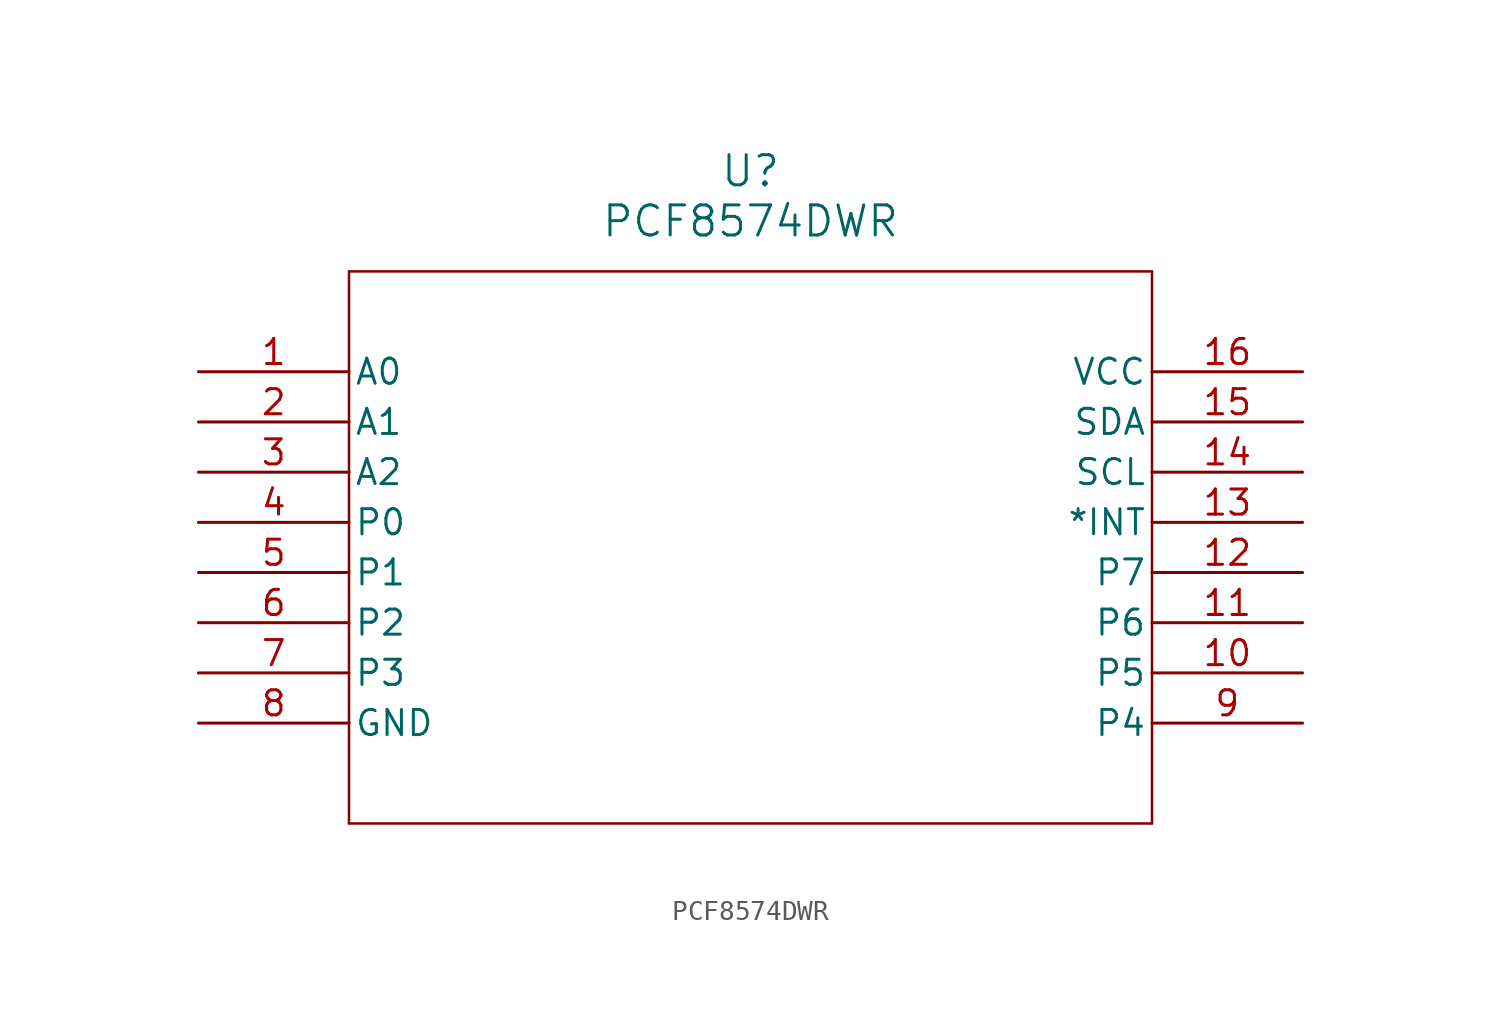
<source format=kicad_sym>
(kicad_symbol_lib
  (version 20211014)
  (generator kicad_symbol_editor)
  (symbol "PCF8574DWR"
    (pin_names
      (offset 0.254))
    (property "Reference" "U"
      (at 27.94 10.16 0)
      (effects (font (size 1.524 1.524))))
    (property "Value" "PCF8574DWR"
      (at 27.94 7.62 0)
      (effects (font (size 1.524 1.524))))
    (symbol "PCF8574DWR_0_1"
      (polyline (pts (xy 7.62 5.08) (xy 7.62 -22.86)) (stroke (width 0.127) (type default) (color 0 0 0 0)) (fill (type none)))
      (polyline (pts (xy 7.62 -22.86) (xy 48.26 -22.86)) (stroke (width 0.127) (type default) (color 0 0 0 0)) (fill (type none)))
      (polyline (pts (xy 48.26 -22.86) (xy 48.26 5.08)) (stroke (width 0.127) (type default) (color 0 0 0 0)) (fill (type none)))
      (polyline (pts (xy 48.26 5.08) (xy 7.62 5.08)) (stroke (width 0.127) (type default) (color 0 0 0 0)) (fill (type none)))
      (pin input line (at 0 0 0) (length 7.62) (name "A0" (effects (font (size 1.27 1.27)))) (number "1" (effects (font (size 1.27 1.27)))))
      (pin input line (at 0 -2.54 0) (length 7.62) (name "A1" (effects (font (size 1.27 1.27)))) (number "2" (effects (font (size 1.27 1.27)))))
      (pin input line (at 0 -5.08 0) (length 7.62) (name "A2" (effects (font (size 1.27 1.27)))) (number "3" (effects (font (size 1.27 1.27)))))
      (pin bidirectional line (at 0 -7.62 0) (length 7.62) (name "P0" (effects (font (size 1.27 1.27)))) (number "4" (effects (font (size 1.27 1.27)))))
      (pin bidirectional line (at 0 -10.16 0) (length 7.62) (name "P1" (effects (font (size 1.27 1.27)))) (number "5" (effects (font (size 1.27 1.27)))))
      (pin bidirectional line (at 0 -12.7 0) (length 7.62) (name "P2" (effects (font (size 1.27 1.27)))) (number "6" (effects (font (size 1.27 1.27)))))
      (pin bidirectional line (at 0 -15.24 0) (length 7.62) (name "P3" (effects (font (size 1.27 1.27)))) (number "7" (effects (font (size 1.27 1.27)))))
      (pin power_in line (at 0 -17.78 0) (length 7.62) (name "GND" (effects (font (size 1.27 1.27)))) (number "8" (effects (font (size 1.27 1.27)))))
      (pin bidirectional line (at 55.88 -17.78 180) (length 7.62) (name "P4" (effects (font (size 1.27 1.27)))) (number "9" (effects (font (size 1.27 1.27)))))
      (pin bidirectional line (at 55.88 -15.24 180) (length 7.62) (name "P5" (effects (font (size 1.27 1.27)))) (number "10" (effects (font (size 1.27 1.27)))))
      (pin bidirectional line (at 55.88 -12.7 180) (length 7.62) (name "P6" (effects (font (size 1.27 1.27)))) (number "11" (effects (font (size 1.27 1.27)))))
      (pin bidirectional line (at 55.88 -10.16 180) (length 7.62) (name "P7" (effects (font (size 1.27 1.27)))) (number "12" (effects (font (size 1.27 1.27)))))
      (pin output line (at 55.88 -7.62 180) (length 7.62) (name "*INT" (effects (font (size 1.27 1.27)))) (number "13" (effects (font (size 1.27 1.27)))))
      (pin unspecified line (at 55.88 -5.08 180) (length 7.62) (name "SCL" (effects (font (size 1.27 1.27)))) (number "14" (effects (font (size 1.27 1.27)))))
      (pin unspecified line (at 55.88 -2.54 180) (length 7.62) (name "SDA" (effects (font (size 1.27 1.27)))) (number "15" (effects (font (size 1.27 1.27)))))
      (pin power_in line (at 55.88 0 180) (length 7.62) (name "VCC" (effects (font (size 1.27 1.27)))) (number "16" (effects (font (size 1.27 1.27))))))))
</source>
